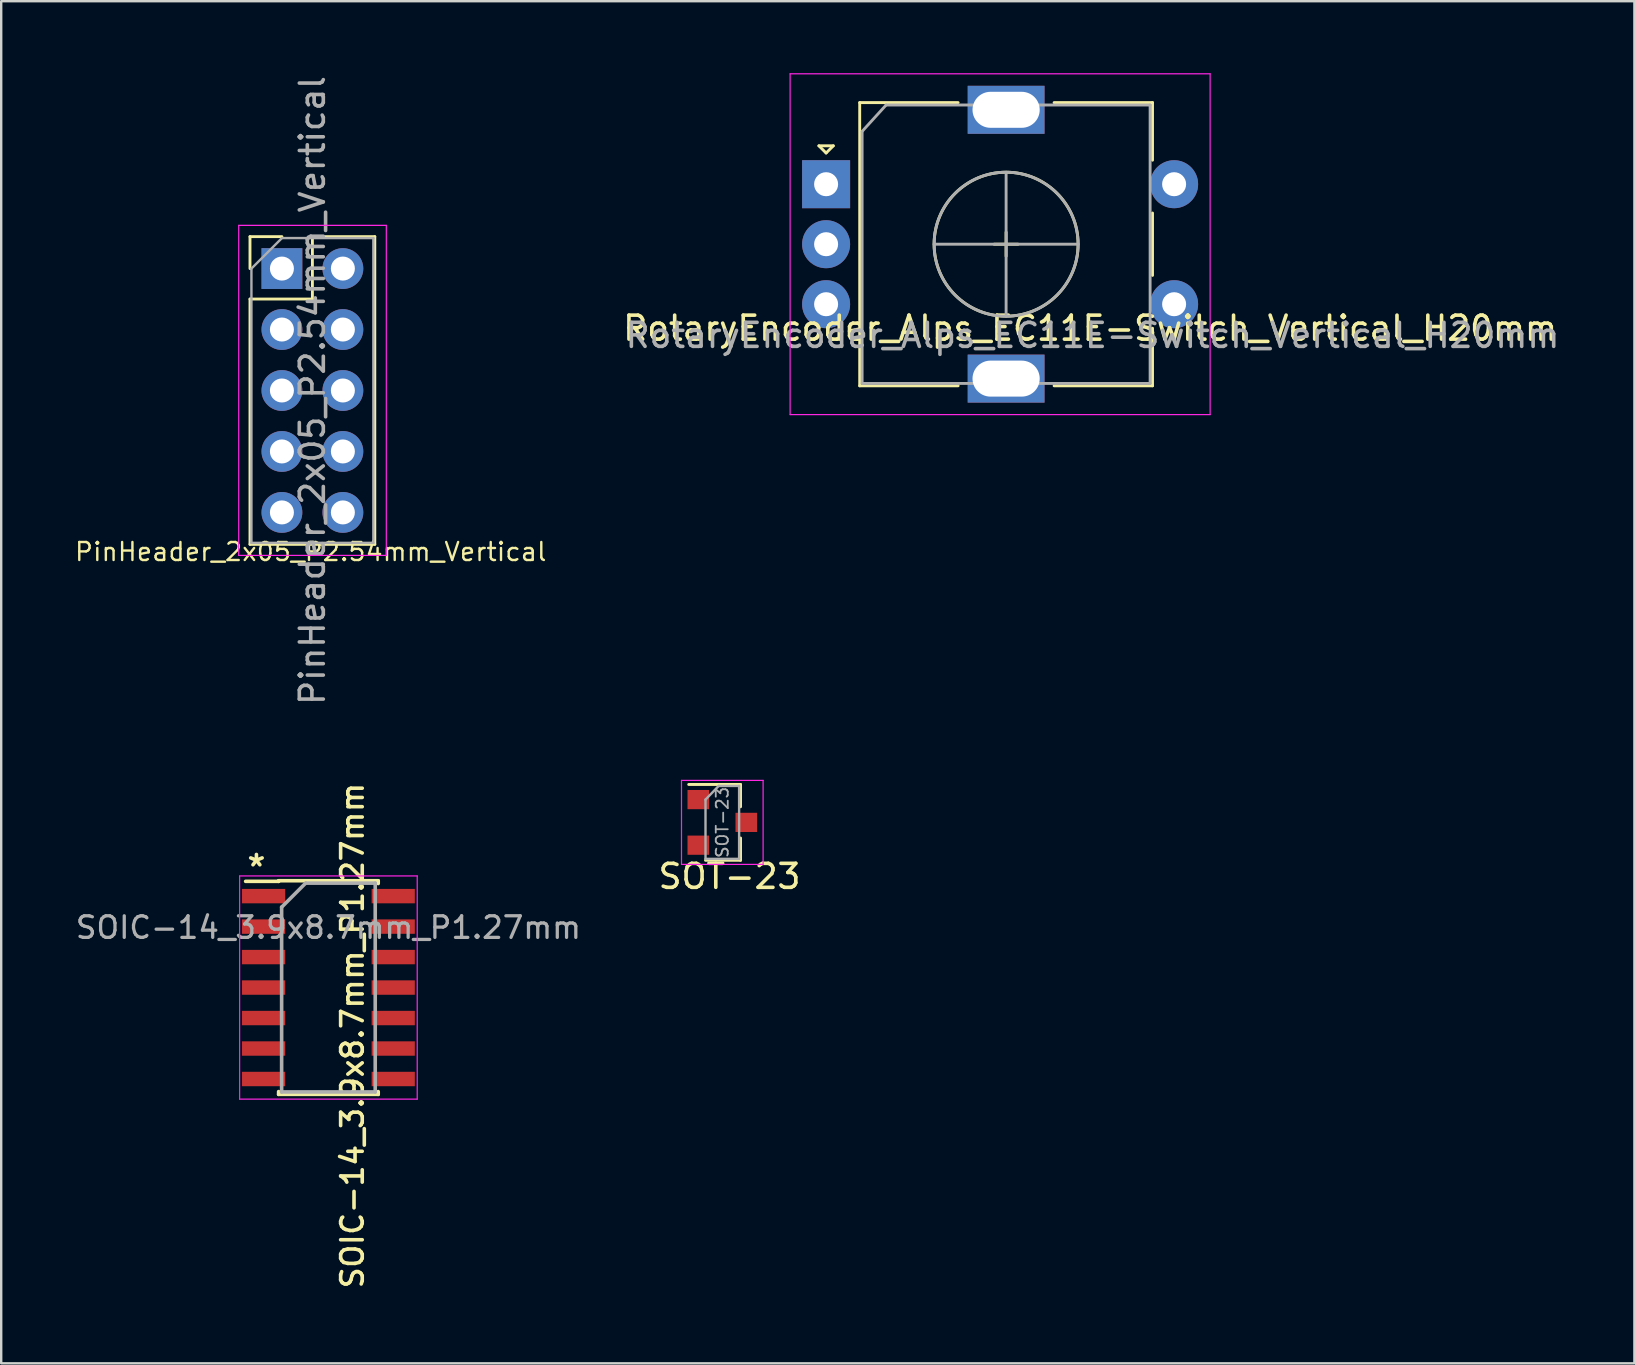
<source format=kicad_pcb>
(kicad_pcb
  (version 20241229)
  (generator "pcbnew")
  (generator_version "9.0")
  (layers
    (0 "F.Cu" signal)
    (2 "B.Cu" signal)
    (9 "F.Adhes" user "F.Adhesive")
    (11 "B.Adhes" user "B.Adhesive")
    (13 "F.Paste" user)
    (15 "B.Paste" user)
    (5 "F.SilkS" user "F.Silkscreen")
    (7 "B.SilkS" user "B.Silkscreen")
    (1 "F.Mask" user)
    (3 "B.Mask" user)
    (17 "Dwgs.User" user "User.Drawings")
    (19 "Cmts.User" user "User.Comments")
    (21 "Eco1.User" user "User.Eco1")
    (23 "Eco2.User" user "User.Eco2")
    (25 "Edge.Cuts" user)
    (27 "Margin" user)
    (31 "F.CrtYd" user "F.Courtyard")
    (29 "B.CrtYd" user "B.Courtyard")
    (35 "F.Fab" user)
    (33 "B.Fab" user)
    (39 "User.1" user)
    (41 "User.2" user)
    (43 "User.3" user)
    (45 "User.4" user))
  (footprint "PinHeader_2x05_P2.54mm_Vertical"
    (layer "F.Cu")
    (at 8.696 8.14)
    (property "Reference" "PinHeader_2x05_P2.54mm_Vertical" (at 1.2 11.8 0) (layer "F.SilkS") (effects (font (size 0.75 0.75) (thickness 0.1))))
    (attr through_hole)
    (fp_line (start -1.33 -1.33) (end 0 -1.33) (stroke (width 0.12) (type solid)) (layer "F.SilkS"))
    (fp_line (start -1.33 0) (end -1.33 -1.33) (stroke (width 0.12) (type solid)) (layer "F.SilkS"))
    (fp_line (start -1.33 1.27) (end -1.33 11.49) (stroke (width 0.12) (type solid)) (layer "F.SilkS"))
    (fp_line (start -1.33 1.27) (end 1.27 1.27) (stroke (width 0.12) (type solid)) (layer "F.SilkS"))
    (fp_line (start -1.33 11.49) (end 3.87 11.49) (stroke (width 0.12) (type solid)) (layer "F.SilkS"))
    (fp_line (start 1.27 -1.33) (end 3.87 -1.33) (stroke (width 0.12) (type solid)) (layer "F.SilkS"))
    (fp_line (start 1.27 1.27) (end 1.27 -1.33) (stroke (width 0.12) (type solid)) (layer "F.SilkS"))
    (fp_line (start 3.87 -1.33) (end 3.87 11.49) (stroke (width 0.12) (type solid)) (layer "F.SilkS"))
    (fp_line (start -1.8 -1.8) (end -1.8 11.95) (stroke (width 0.05) (type solid)) (layer "F.CrtYd"))
    (fp_line (start -1.8 11.95) (end 4.35 11.95) (stroke (width 0.05) (type solid)) (layer "F.CrtYd"))
    (fp_line (start 4.35 -1.8) (end -1.8 -1.8) (stroke (width 0.05) (type solid)) (layer "F.CrtYd"))
    (fp_line (start 4.35 11.95) (end 4.35 -1.8) (stroke (width 0.05) (type solid)) (layer "F.CrtYd"))
    (fp_line (start -1.27 0) (end 0 -1.27) (stroke (width 0.1) (type solid)) (layer "F.Fab"))
    (fp_line (start -1.27 11.43) (end -1.27 0) (stroke (width 0.1) (type solid)) (layer "F.Fab"))
    (fp_line (start 0 -1.27) (end 3.81 -1.27) (stroke (width 0.1) (type solid)) (layer "F.Fab"))
    (fp_line (start 3.81 -1.27) (end 3.81 11.43) (stroke (width 0.1) (type solid)) (layer "F.Fab"))
    (fp_line (start 3.81 11.43) (end -1.27 11.43) (stroke (width 0.1) (type solid)) (layer "F.Fab"))
    (fp_text user "${REFERENCE}" (at 1.27 5.08 90) (layer "F.Fab") (effects (font (size 1 1) (thickness 0.15))))
    (pad "1" thru_hole rect (at 0 0) (size 1.7 1.7) (drill 1) (layers "*.Cu" "*.Mask"))
    (pad "2" thru_hole oval (at 2.54 0) (size 1.7 1.7) (drill 1) (layers "*.Cu" "*.Mask"))
    (pad "3" thru_hole oval (at 0 2.54) (size 1.7 1.7) (drill 1) (layers "*.Cu" "*.Mask"))
    (pad "4" thru_hole oval (at 2.54 2.54) (size 1.7 1.7) (drill 1) (layers "*.Cu" "*.Mask"))
    (pad "5" thru_hole oval (at 0 5.08) (size 1.7 1.7) (drill 1) (layers "*.Cu" "*.Mask"))
    (pad "6" thru_hole oval (at 2.54 5.08) (size 1.7 1.7) (drill 1) (layers "*.Cu" "*.Mask"))
    (pad "7" thru_hole oval (at 0 7.62) (size 1.7 1.7) (drill 1) (layers "*.Cu" "*.Mask"))
    (pad "8" thru_hole oval (at 2.54 7.62) (size 1.7 1.7) (drill 1) (layers "*.Cu" "*.Mask"))
    (pad "9" thru_hole oval (at 0 10.16) (size 1.7 1.7) (drill 1) (layers "*.Cu" "*.Mask"))
    (pad "10" thru_hole oval (at 2.54 10.16) (size 1.7 1.7) (drill 1) (layers "*.Cu" "*.Mask")))
  (footprint "SOT-23"
    (layer "F.Cu")
    (at 27.045 31.215)
    (property "Reference" "SOT-23" (at 0.3 2.25 0) (layer "F.SilkS") (effects (font (size 1 1) (thickness 0.15))))
    (attr smd)
    (fp_line (start 0.76 -1.58) (end -1.4 -1.58) (stroke (width 0.12) (type solid)) (layer "F.SilkS"))
    (fp_line (start 0.76 -1.58) (end 0.76 -0.65) (stroke (width 0.12) (type solid)) (layer "F.SilkS"))
    (fp_line (start 0.76 1.58) (end -0.7 1.58) (stroke (width 0.12) (type solid)) (layer "F.SilkS"))
    (fp_line (start 0.76 1.58) (end 0.76 0.65) (stroke (width 0.12) (type solid)) (layer "F.SilkS"))
    (fp_line (start -1.7 -1.75) (end 1.7 -1.75) (stroke (width 0.05) (type solid)) (layer "F.CrtYd"))
    (fp_line (start -1.7 1.75) (end -1.7 -1.75) (stroke (width 0.05) (type solid)) (layer "F.CrtYd"))
    (fp_line (start 1.7 -1.75) (end 1.7 1.75) (stroke (width 0.05) (type solid)) (layer "F.CrtYd"))
    (fp_line (start 1.7 1.75) (end -1.7 1.75) (stroke (width 0.05) (type solid)) (layer "F.CrtYd"))
    (fp_line (start -0.7 -0.95) (end -0.7 1.5) (stroke (width 0.1) (type solid)) (layer "F.Fab"))
    (fp_line (start -0.7 -0.95) (end -0.15 -1.52) (stroke (width 0.1) (type solid)) (layer "F.Fab"))
    (fp_line (start -0.7 1.52) (end 0.7 1.52) (stroke (width 0.1) (type solid)) (layer "F.Fab"))
    (fp_line (start -0.15 -1.52) (end 0.7 -1.52) (stroke (width 0.1) (type solid)) (layer "F.Fab"))
    (fp_line (start 0.7 -1.52) (end 0.7 1.52) (stroke (width 0.1) (type solid)) (layer "F.Fab"))
    (fp_text user "${REFERENCE}" (at 0 0 90) (layer "F.Fab") (effects (font (size 0.5 0.5) (thickness 0.075))))
    (pad "1" smd rect (at -1 -0.95) (size 0.9 0.8) (layers "F.Cu" "F.Mask" "F.Paste"))
    (pad "2" smd rect (at -1 0.95) (size 0.9 0.8) (layers "F.Cu" "F.Mask" "F.Paste"))
    (pad "3" smd rect (at 1 0) (size 0.9 0.8) (layers "F.Cu" "F.Mask" "F.Paste")))
  (footprint "SOIC-14_3.9x8.7mm_P1.27mm"
    (layer "F.Cu")
    (at 10.634 38.097)
    (property "Reference" "SOIC-14_3.9x8.7mm_P1.27mm" (at 1 2 90) (layer "F.SilkS") (effects (font (size 0.9 0.9) (thickness 0.15))))
    (attr smd)
    (fp_line (start -2.075 -4.45) (end -2.075 -4.425) (stroke (width 0.15) (type solid)) (layer "F.SilkS"))
    (fp_line (start -2.075 -4.45) (end 2.075 -4.45) (stroke (width 0.15) (type solid)) (layer "F.SilkS"))
    (fp_line (start -2.075 -4.425) (end -3.45 -4.425) (stroke (width 0.15) (type solid)) (layer "F.SilkS"))
    (fp_line (start -2.075 4.45) (end -2.075 4.335) (stroke (width 0.15) (type solid)) (layer "F.SilkS"))
    (fp_line (start -2.075 4.45) (end 2.075 4.45) (stroke (width 0.15) (type solid)) (layer "F.SilkS"))
    (fp_line (start 2.075 -4.45) (end 2.075 -4.335) (stroke (width 0.15) (type solid)) (layer "F.SilkS"))
    (fp_line (start 2.075 4.45) (end 2.075 4.335) (stroke (width 0.15) (type solid)) (layer "F.SilkS"))
    (fp_line (start -3.7 -4.65) (end -3.7 4.65) (stroke (width 0.05) (type solid)) (layer "F.CrtYd"))
    (fp_line (start -3.7 -4.65) (end 3.7 -4.65) (stroke (width 0.05) (type solid)) (layer "F.CrtYd"))
    (fp_line (start -3.7 4.65) (end 3.7 4.65) (stroke (width 0.05) (type solid)) (layer "F.CrtYd"))
    (fp_line (start 3.7 -4.65) (end 3.7 4.65) (stroke (width 0.05) (type solid)) (layer "F.CrtYd"))
    (fp_line (start -1.95 -3.35) (end -0.95 -4.35) (stroke (width 0.15) (type solid)) (layer "F.Fab"))
    (fp_line (start -1.95 4.35) (end -1.95 -3.35) (stroke (width 0.15) (type solid)) (layer "F.Fab"))
    (fp_line (start -0.95 -4.35) (end 1.95 -4.35) (stroke (width 0.15) (type solid)) (layer "F.Fab"))
    (fp_line (start 1.95 -4.35) (end 1.95 4.35) (stroke (width 0.15) (type solid)) (layer "F.Fab"))
    (fp_line (start 1.95 4.35) (end -1.95 4.35) (stroke (width 0.15) (type solid)) (layer "F.Fab"))
    (fp_text user "*" (at -3 -5 0) (layer "F.SilkS") (effects (font (size 1 1) (thickness 0.15))))
    (fp_text user "${REFERENCE}" (at 0 -2.5 0) (layer "F.Fab") (effects (font (size 0.9 0.9) (thickness 0.135))))
    (pad "1" smd rect (at -2.7 -3.81) (size 1.8 0.6) (layers "F.Cu" "F.Mask" "F.Paste"))
    (pad "2" smd rect (at -2.7 -2.54) (size 1.8 0.6) (layers "F.Cu" "F.Mask" "F.Paste"))
    (pad "3" smd rect (at -2.7 -1.27) (size 1.8 0.6) (layers "F.Cu" "F.Mask" "F.Paste"))
    (pad "4" smd rect (at -2.7 0 180) (size 1.8 0.6) (layers "F.Cu" "F.Mask" "F.Paste"))
    (pad "5" smd rect (at -2.7 1.27) (size 1.8 0.6) (layers "F.Cu" "F.Mask" "F.Paste"))
    (pad "6" smd rect (at -2.7 2.54) (size 1.8 0.6) (layers "F.Cu" "F.Mask" "F.Paste"))
    (pad "7" smd rect (at -2.7 3.81) (size 1.8 0.6) (layers "F.Cu" "F.Mask" "F.Paste"))
    (pad "8" smd rect (at 2.7 3.81) (size 1.8 0.6) (layers "F.Cu" "F.Mask" "F.Paste"))
    (pad "9" smd rect (at 2.7 2.54) (size 1.8 0.6) (layers "F.Cu" "F.Mask" "F.Paste"))
    (pad "10" smd rect (at 2.7 1.27) (size 1.8 0.6) (layers "F.Cu" "F.Mask" "F.Paste"))
    (pad "11" smd rect (at 2.7 0) (size 1.8 0.6) (layers "F.Cu" "F.Mask" "F.Paste"))
    (pad "12" smd rect (at 2.7 -1.27) (size 1.8 0.6) (layers "F.Cu" "F.Mask" "F.Paste"))
    (pad "13" smd rect (at 2.7 -2.54) (size 1.8 0.6) (layers "F.Cu" "F.Mask" "F.Paste"))
    (pad "14" smd rect (at 2.7 -3.81) (size 1.8 0.6) (layers "F.Cu" "F.Mask" "F.Paste")))
  (footprint "RotaryEncoder_Alps_EC11E-Switch_Vertical_H20mm"
    (layer "F.Cu")
    (at 31.37 4.625)
    (property "Reference" "RotaryEncoder_Alps_EC11E-Switch_Vertical_H20mm" (at 11 6 0) (layer "F.SilkS") (effects (font (size 1 1) (thickness 0.15))))
    (attr through_hole)
    (fp_line (start -0.3 -1.6) (end 0.3 -1.6) (stroke (width 0.12) (type solid)) (layer "F.SilkS"))
    (fp_line (start 0 -1.3) (end -0.3 -1.6) (stroke (width 0.12) (type solid)) (layer "F.SilkS"))
    (fp_line (start 0.3 -1.6) (end 0 -1.3) (stroke (width 0.12) (type solid)) (layer "F.SilkS"))
    (fp_line (start 1.4 -3.4) (end 1.4 8.4) (stroke (width 0.12) (type solid)) (layer "F.SilkS"))
    (fp_line (start 5.5 -3.4) (end 1.4 -3.4) (stroke (width 0.12) (type solid)) (layer "F.SilkS"))
    (fp_line (start 5.5 8.4) (end 1.4 8.4) (stroke (width 0.12) (type solid)) (layer "F.SilkS"))
    (fp_line (start 7 2.5) (end 8 2.5) (stroke (width 0.12) (type solid)) (layer "F.SilkS"))
    (fp_line (start 7.5 2) (end 7.5 3) (stroke (width 0.12) (type solid)) (layer "F.SilkS"))
    (fp_line (start 9.5 -3.4) (end 13.6 -3.4) (stroke (width 0.12) (type solid)) (layer "F.SilkS"))
    (fp_line (start 13.6 -3.4) (end 13.6 -1) (stroke (width 0.12) (type solid)) (layer "F.SilkS"))
    (fp_line (start 13.6 1.2) (end 13.6 3.8) (stroke (width 0.12) (type solid)) (layer "F.SilkS"))
    (fp_line (start 13.6 6) (end 13.6 8.4) (stroke (width 0.12) (type solid)) (layer "F.SilkS"))
    (fp_line (start 13.6 8.4) (end 9.5 8.4) (stroke (width 0.12) (type solid)) (layer "F.SilkS"))
    (fp_circle (center 7.5 2.5) (end 10.5 2.5) (stroke (width 0.12) (type solid)) (fill no) (layer "F.SilkS"))
    (fp_line (start -1.5 -4.6) (end -1.5 9.6) (stroke (width 0.05) (type solid)) (layer "F.CrtYd"))
    (fp_line (start -1.5 -4.6) (end 16 -4.6) (stroke (width 0.05) (type solid)) (layer "F.CrtYd"))
    (fp_line (start 16 9.6) (end -1.5 9.6) (stroke (width 0.05) (type solid)) (layer "F.CrtYd"))
    (fp_line (start 16 9.6) (end 16 -4.6) (stroke (width 0.05) (type solid)) (layer "F.CrtYd"))
    (fp_line (start 1.5 -2.2) (end 2.5 -3.3) (stroke (width 0.12) (type solid)) (layer "F.Fab"))
    (fp_line (start 1.5 8.3) (end 1.5 -2.2) (stroke (width 0.12) (type solid)) (layer "F.Fab"))
    (fp_line (start 2.5 -3.3) (end 13.5 -3.3) (stroke (width 0.12) (type solid)) (layer "F.Fab"))
    (fp_line (start 4.5 2.5) (end 10.5 2.5) (stroke (width 0.12) (type solid)) (layer "F.Fab"))
    (fp_line (start 7.5 -0.5) (end 7.5 5.5) (stroke (width 0.12) (type solid)) (layer "F.Fab"))
    (fp_line (start 13.5 -3.3) (end 13.5 8.3) (stroke (width 0.12) (type solid)) (layer "F.Fab"))
    (fp_line (start 13.5 8.3) (end 1.5 8.3) (stroke (width 0.12) (type solid)) (layer "F.Fab"))
    (fp_circle (center 7.5 2.5) (end 10.5 2.5) (stroke (width 0.12) (type solid)) (fill no) (layer "F.Fab"))
    (fp_text user "${REFERENCE}" (at 11.1 6.3 0) (layer "F.Fab") (effects (font (size 1 1) (thickness 0.15))))
    (pad "A" thru_hole rect (at 0 0) (size 2 2) (drill 1) (layers "*.Cu" "*.Mask"))
    (pad "B" thru_hole circle (at 0 5) (size 2 2) (drill 1) (layers "*.Cu" "*.Mask"))
    (pad "C" thru_hole circle (at 0 2.5) (size 2 2) (drill 1) (layers "*.Cu" "*.Mask"))
    (pad "MP" thru_hole rect (at 7.5 -3.1) (size 3.2 2) (drill oval 2.8 1.5) (layers "*.Cu" "*.Mask"))
    (pad "MP" thru_hole rect (at 7.5 8.1) (size 3.2 2) (drill oval 2.8 1.5) (layers "*.Cu" "*.Mask"))
    (pad "S1" thru_hole circle (at 14.5 5) (size 2 2) (drill 1) (layers "*.Cu" "*.Mask"))
    (pad "S2" thru_hole circle (at 14.5 0) (size 2 2) (drill 1) (layers "*.Cu" "*.Mask")))
  (gr_rect
    (start -3 -3)
    (end 65.048 53.753)
    (stroke (width 0.1) (type default))
    (fill no)
    (layer "Edge.Cuts")))
</source>
